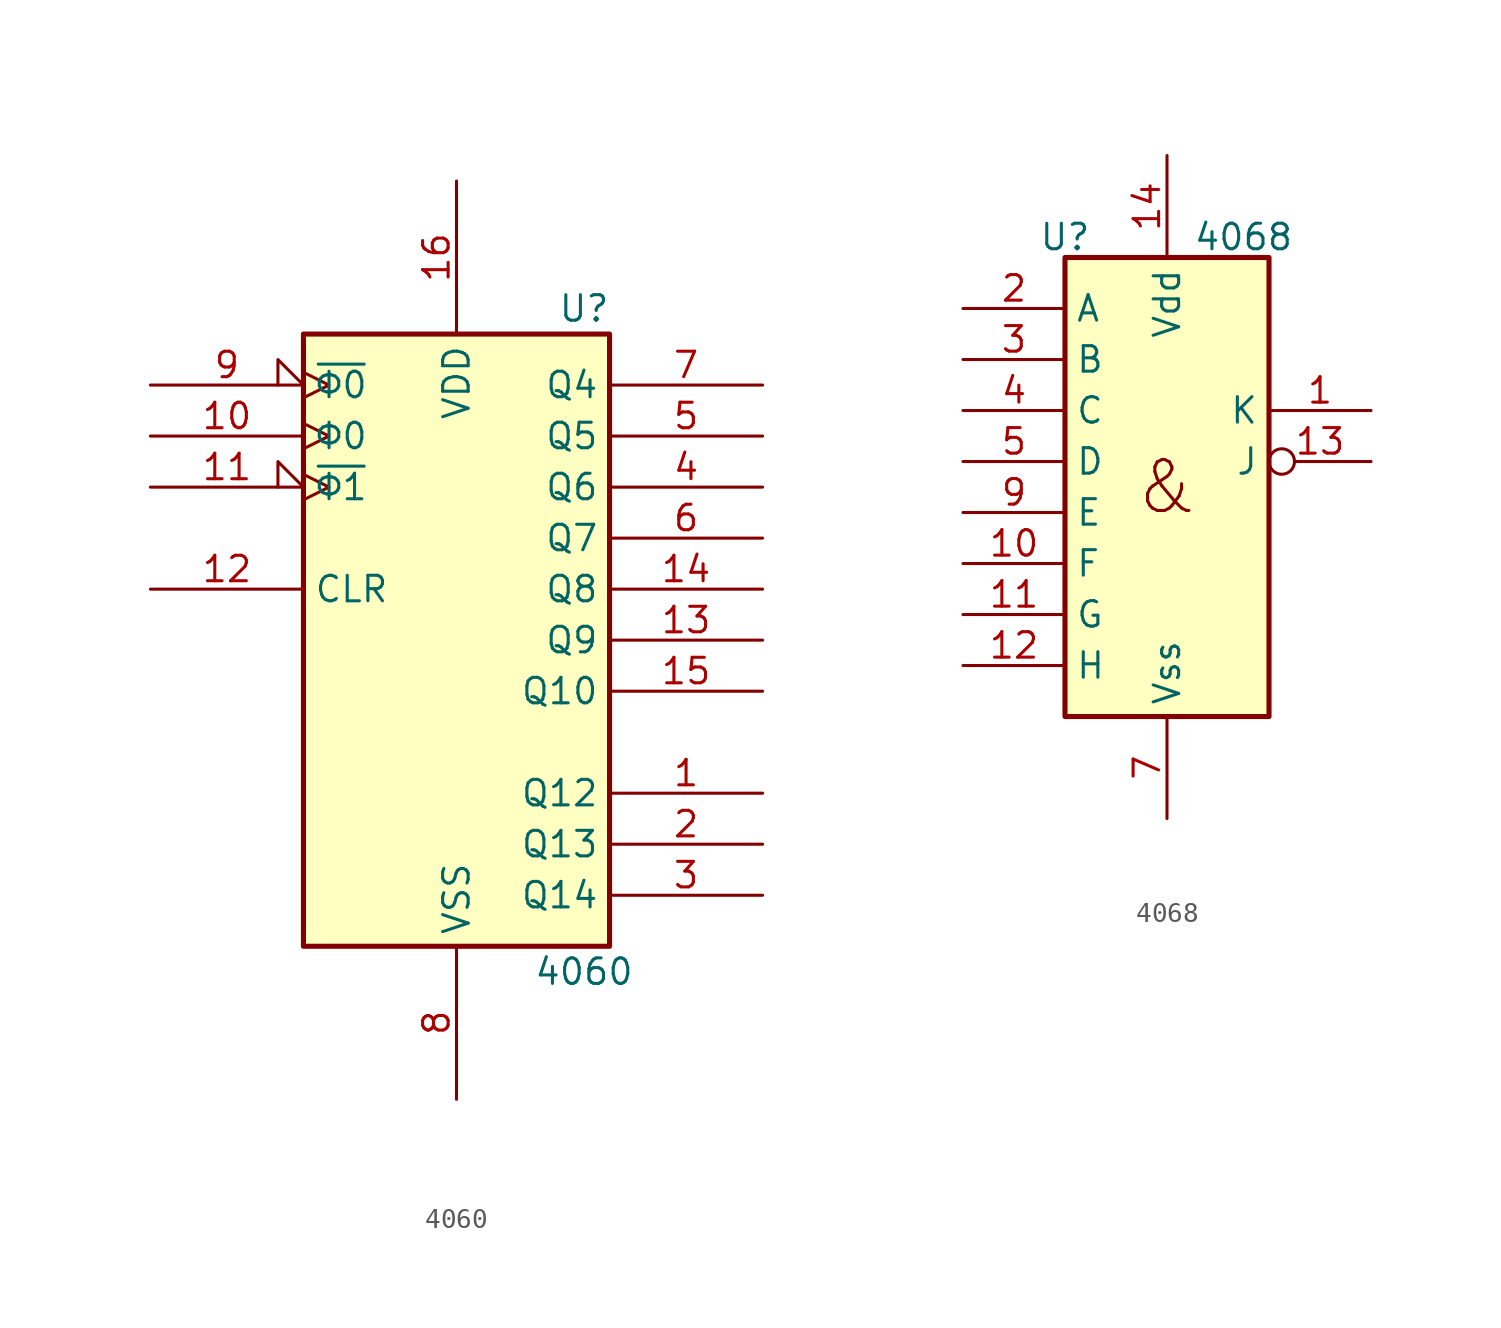
<source format=kicad_sym>
(kicad_symbol_lib
  (version 20231120)
  (generator "kicad_symbol_editor")
  (generator_version "8.0")
  (symbol "4060"
    (property "Reference" "U"
      (at 6.35 16.51 0)
      (effects (font (size 1.27 1.27))))
    (property "Value" "4060"
      (at 6.35 -16.51 0)
      (effects (font (size 1.27 1.27))))
    (symbol "4060_1_0"
      (pin output line (at 15.24 -7.62 180) (length 7.62) (name "Q12" (effects (font (size 1.27 1.27)))) (number "1" (effects (font (size 1.27 1.27)))))
      (pin input clock (at -15.24 10.16 0) (length 7.62) (name "Φ0" (effects (font (size 1.27 1.27)))) (number "10" (effects (font (size 1.27 1.27)))))
      (pin input clock_low (at -15.24 7.62 0) (length 7.62) (name "~{Φ1}" (effects (font (size 1.27 1.27)))) (number "11" (effects (font (size 1.27 1.27)))))
      (pin input line (at -15.24 2.54 0) (length 7.62) (name "CLR" (effects (font (size 1.27 1.27)))) (number "12" (effects (font (size 1.27 1.27)))))
      (pin output line (at 15.24 0 180) (length 7.62) (name "Q9" (effects (font (size 1.27 1.27)))) (number "13" (effects (font (size 1.27 1.27)))))
      (pin output line (at 15.24 2.54 180) (length 7.62) (name "Q8" (effects (font (size 1.27 1.27)))) (number "14" (effects (font (size 1.27 1.27)))))
      (pin output line (at 15.24 -2.54 180) (length 7.62) (name "Q10" (effects (font (size 1.27 1.27)))) (number "15" (effects (font (size 1.27 1.27)))))
      (pin power_in line (at 0 22.86 270) (length 7.62) (name "VDD" (effects (font (size 1.27 1.27)))) (number "16" (effects (font (size 1.27 1.27)))))
      (pin output line (at 15.24 -10.16 180) (length 7.62) (name "Q13" (effects (font (size 1.27 1.27)))) (number "2" (effects (font (size 1.27 1.27)))))
      (pin output line (at 15.24 -12.7 180) (length 7.62) (name "Q14" (effects (font (size 1.27 1.27)))) (number "3" (effects (font (size 1.27 1.27)))))
      (pin output line (at 15.24 7.62 180) (length 7.62) (name "Q6" (effects (font (size 1.27 1.27)))) (number "4" (effects (font (size 1.27 1.27)))))
      (pin output line (at 15.24 10.16 180) (length 7.62) (name "Q5" (effects (font (size 1.27 1.27)))) (number "5" (effects (font (size 1.27 1.27)))))
      (pin output line (at 15.24 5.08 180) (length 7.62) (name "Q7" (effects (font (size 1.27 1.27)))) (number "6" (effects (font (size 1.27 1.27)))))
      (pin output line (at 15.24 12.7 180) (length 7.62) (name "Q4" (effects (font (size 1.27 1.27)))) (number "7" (effects (font (size 1.27 1.27)))))
      (pin power_in line (at 0 -22.86 90) (length 7.62) (name "VSS" (effects (font (size 1.27 1.27)))) (number "8" (effects (font (size 1.27 1.27)))))
      (pin input clock_low (at -15.24 12.7 0) (length 7.62) (name "~{Φ0}" (effects (font (size 1.27 1.27)))) (number "9" (effects (font (size 1.27 1.27))))))
    (symbol "4060_1_1"
      (rectangle (start -7.62 15.24) (end 7.62 -15.24) (stroke (width 0.254) (type default)) (fill (type background)))))
  (symbol "4068"
    (property "Reference" "U"
      (at -5.08 11.176 0)
      (effects (font (size 1.27 1.27))))
    (property "Value" "4068"
      (at 3.81 11.176 0)
      (effects (font (size 1.27 1.27))))
    (symbol "4068_0_0"
      (rectangle (start -5.08 10.16) (end 5.08 -12.7) (stroke (width 0.254) (type default)) (fill (type background)))
      (text "&" (at 0 -1.27 0) (effects (font (size 2.54 2.54)))))
    (symbol "4068_0_1"
      (pin power_in line (at 0 15.24 270) (length 5.08) (name "Vdd" (effects (font (size 1.27 1.27)))) (number "14" (effects (font (size 1.27 1.27)))))
      (pin power_in line (at 0 -17.78 90) (length 5.08) (name "Vss" (effects (font (size 1.27 1.27)))) (number "7" (effects (font (size 1.27 1.27))))))
    (symbol "4068_1_1"
      (pin output line (at 10.16 2.54 180) (length 5.08) (name "K" (effects (font (size 1.27 1.27)))) (number "1" (effects (font (size 1.27 1.27)))))
      (pin input line (at -10.16 -5.08 0) (length 5.08) (name "F" (effects (font (size 1.27 1.27)))) (number "10" (effects (font (size 1.27 1.27)))))
      (pin input line (at -10.16 -7.62 0) (length 5.08) (name "G" (effects (font (size 1.27 1.27)))) (number "11" (effects (font (size 1.27 1.27)))))
      (pin input line (at -10.16 -10.16 0) (length 5.08) (name "H" (effects (font (size 1.27 1.27)))) (number "12" (effects (font (size 1.27 1.27)))))
      (pin output inverted (at 10.16 0 180) (length 5.08) (name "J" (effects (font (size 1.27 1.27)))) (number "13" (effects (font (size 1.27 1.27)))))
      (pin input line (at -10.16 7.62 0) (length 5.08) (name "A" (effects (font (size 1.27 1.27)))) (number "2" (effects (font (size 1.27 1.27)))))
      (pin input line (at -10.16 5.08 0) (length 5.08) (name "B" (effects (font (size 1.27 1.27)))) (number "3" (effects (font (size 1.27 1.27)))))
      (pin input line (at -10.16 2.54 0) (length 5.08) (name "C" (effects (font (size 1.27 1.27)))) (number "4" (effects (font (size 1.27 1.27)))))
      (pin input line (at -10.16 0 0) (length 5.08) (name "D" (effects (font (size 1.27 1.27)))) (number "5" (effects (font (size 1.27 1.27)))))
      (pin no_connect line (at 5.08 -7.62 180) (length 5.08) hide (name "NC" (effects (font (size 1.27 1.27)))) (number "6" (effects (font (size 1.27 1.27)))))
      (pin no_connect line (at 5.08 -5.08 180) (length 5.08) hide (name "NC" (effects (font (size 1.27 1.27)))) (number "8" (effects (font (size 1.27 1.27)))))
      (pin input line (at -10.16 -2.54 0) (length 5.08) (name "E" (effects (font (size 1.27 1.27)))) (number "9" (effects (font (size 1.27 1.27))))))))
</source>
